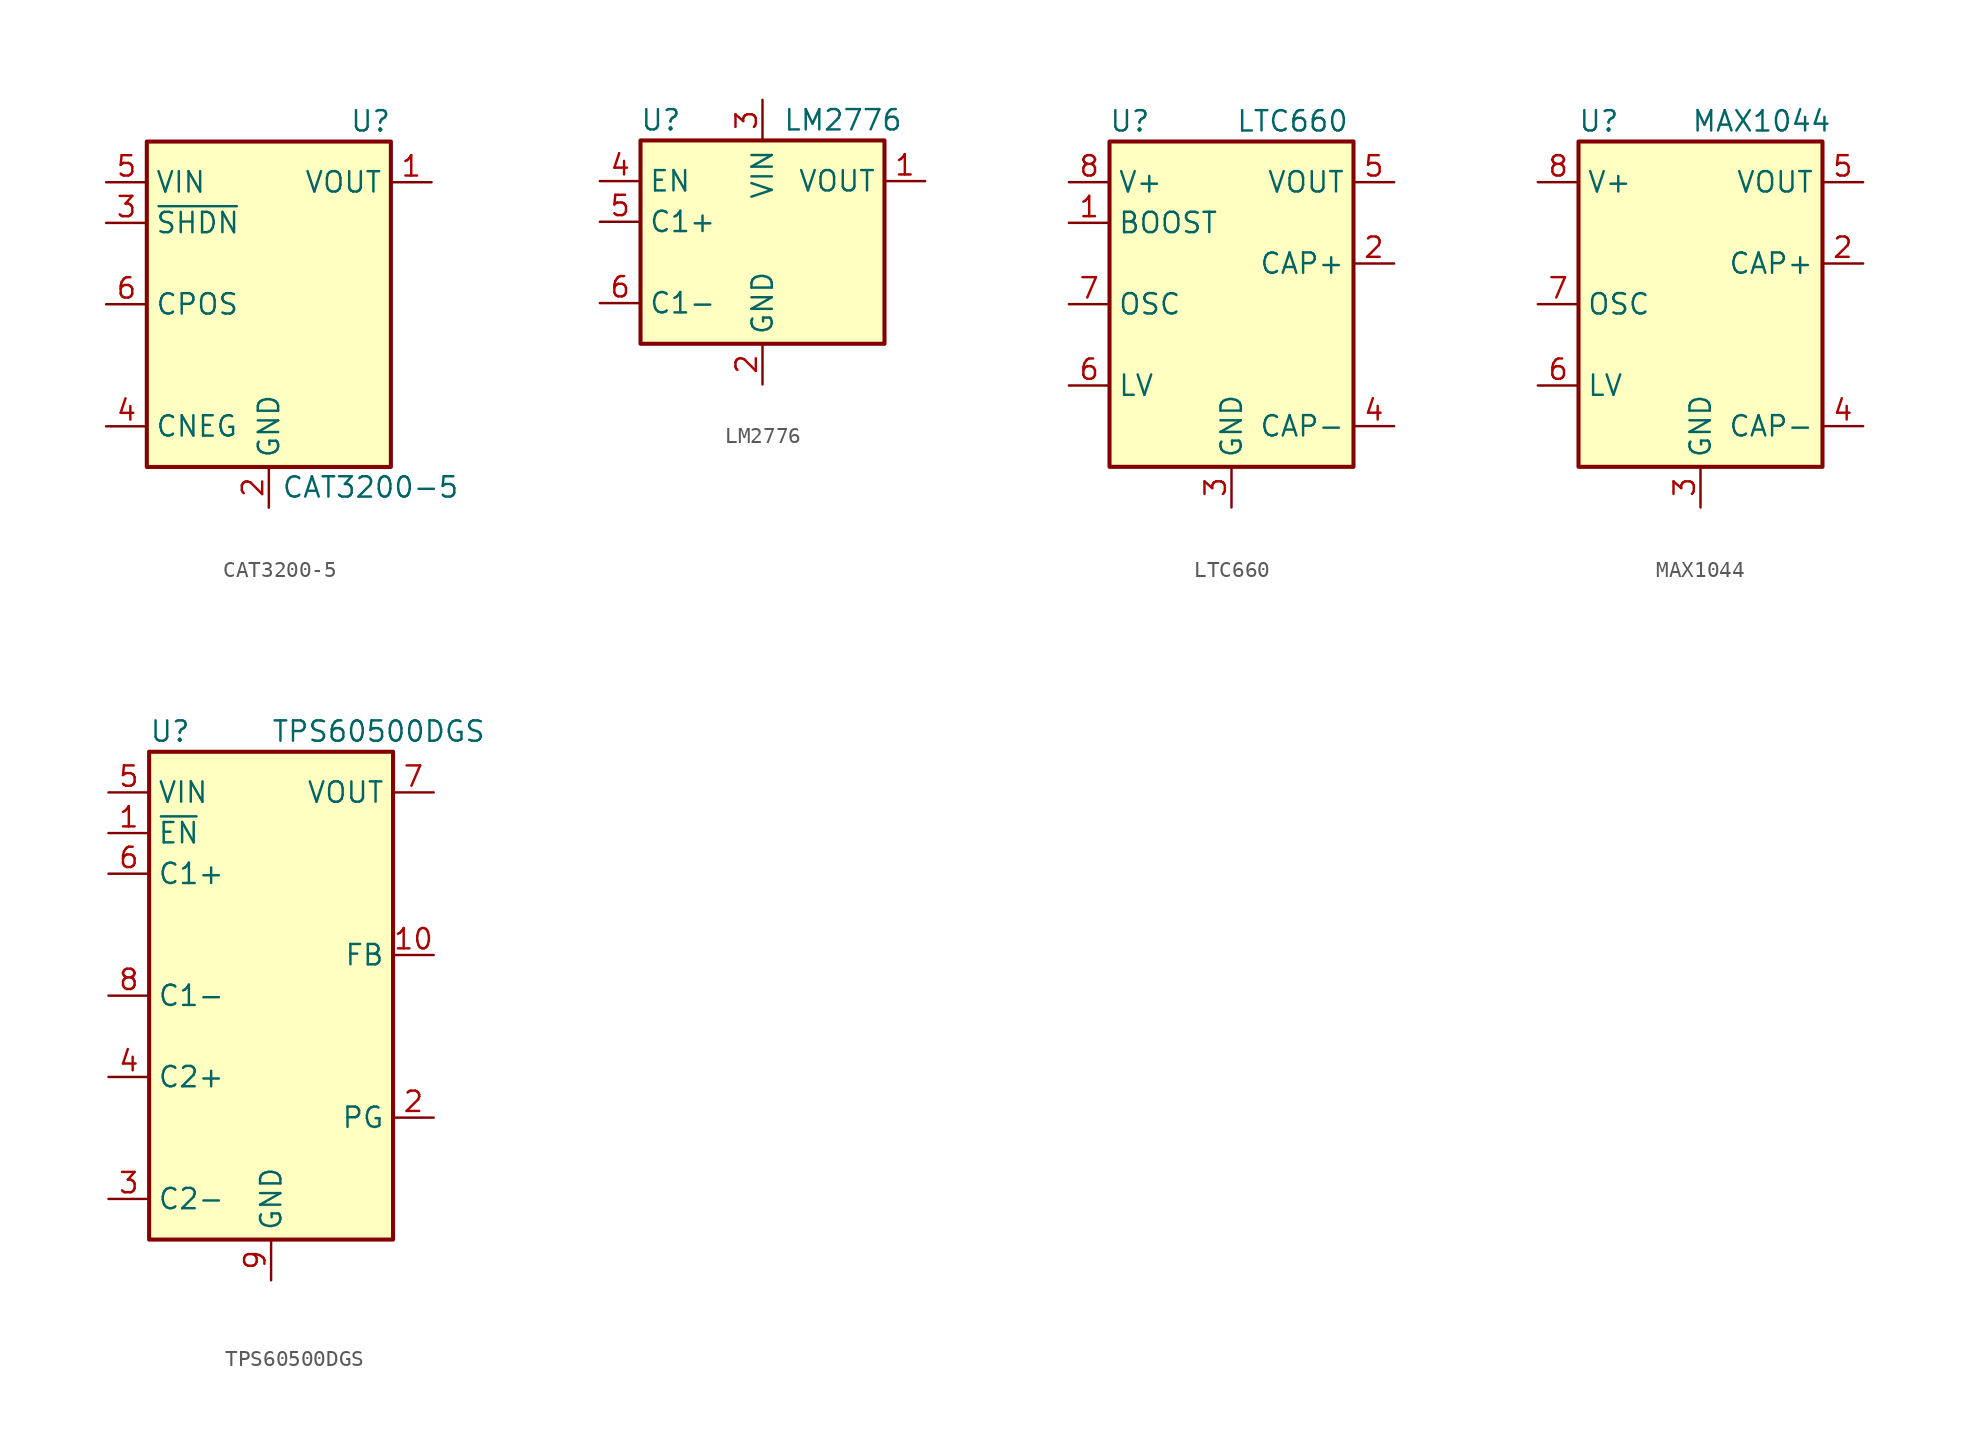
<source format=kicad_sym>
(kicad_symbol_lib
  (version 20220914)
  (generator kicad_symbol_editor)
  (symbol "CAT3200-5"
    (property "Reference" "U"
      (at 6.35 11.43 0)
      (effects (font (size 1.27 1.27))))
    (property "Value" "CAT3200-5"
      (at 6.35 -11.43 0)
      (effects (font (size 1.27 1.27))))
    (symbol "CAT3200-5_0_1"
      (rectangle (start -7.62 10.16) (end 7.62 -10.16) (stroke (width 0.254) (type default)) (fill (type background))))
    (symbol "CAT3200-5_1_1"
      (pin power_out line (at 10.16 7.62 180) (length 2.54) (name "VOUT" (effects (font (size 1.27 1.27)))) (number "1" (effects (font (size 1.27 1.27)))))
      (pin power_in line (at 0 -12.7 90) (length 2.54) (name "GND" (effects (font (size 1.27 1.27)))) (number "2" (effects (font (size 1.27 1.27)))))
      (pin input line (at -10.16 5.08 0) (length 2.54) (name "~{SHDN}" (effects (font (size 1.27 1.27)))) (number "3" (effects (font (size 1.27 1.27)))))
      (pin passive line (at -10.16 -7.62 0) (length 2.54) (name "CNEG" (effects (font (size 1.27 1.27)))) (number "4" (effects (font (size 1.27 1.27)))))
      (pin power_in line (at -10.16 7.62 0) (length 2.54) (name "VIN" (effects (font (size 1.27 1.27)))) (number "5" (effects (font (size 1.27 1.27)))))
      (pin passive line (at -10.16 0 0) (length 2.54) (name "CPOS" (effects (font (size 1.27 1.27)))) (number "6" (effects (font (size 1.27 1.27)))))))
  (symbol "LM2776"
    (property "Reference" "U"
      (at -6.35 6.35 0)
      (effects (font (size 1.27 1.27))))
    (property "Value" "LM2776"
      (at 1.27 6.35 0)
      (effects (font (size 1.27 1.27)) (justify left)))
    (symbol "LM2776_0_1"
      (rectangle (start -7.62 5.08) (end 7.62 -7.62) (stroke (width 0.254) (type default)) (fill (type background))))
    (symbol "LM2776_1_1"
      (pin power_out line (at 10.16 2.54 180) (length 2.54) (name "VOUT" (effects (font (size 1.27 1.27)))) (number "1" (effects (font (size 1.27 1.27)))))
      (pin power_in line (at 0 -10.16 90) (length 2.54) (name "GND" (effects (font (size 1.27 1.27)))) (number "2" (effects (font (size 1.27 1.27)))))
      (pin power_in line (at 0 7.62 270) (length 2.54) (name "VIN" (effects (font (size 1.27 1.27)))) (number "3" (effects (font (size 1.27 1.27)))))
      (pin input line (at -10.16 2.54 0) (length 2.54) (name "EN" (effects (font (size 1.27 1.27)))) (number "4" (effects (font (size 1.27 1.27)))))
      (pin passive line (at -10.16 0 0) (length 2.54) (name "C1+" (effects (font (size 1.27 1.27)))) (number "5" (effects (font (size 1.27 1.27)))))
      (pin passive line (at -10.16 -5.08 0) (length 2.54) (name "C1-" (effects (font (size 1.27 1.27)))) (number "6" (effects (font (size 1.27 1.27)))))))
  (symbol "LTC660"
    (property "Reference" "U"
      (at -6.35 11.43 0)
      (effects (font (size 1.27 1.27))))
    (property "Value" "LTC660"
      (at 3.81 11.43 0)
      (effects (font (size 1.27 1.27))))
    (symbol "LTC660_0_1"
      (rectangle (start -7.62 10.16) (end 7.62 -10.16) (stroke (width 0.254) (type default)) (fill (type background))))
    (symbol "LTC660_1_1"
      (pin input line (at -10.16 5.08 0) (length 2.54) (name "BOOST" (effects (font (size 1.27 1.27)))) (number "1" (effects (font (size 1.27 1.27)))))
      (pin input line (at 10.16 2.54 180) (length 2.54) (name "CAP+" (effects (font (size 1.27 1.27)))) (number "2" (effects (font (size 1.27 1.27)))))
      (pin power_in line (at 0 -12.7 90) (length 2.54) (name "GND" (effects (font (size 1.27 1.27)))) (number "3" (effects (font (size 1.27 1.27)))))
      (pin input line (at 10.16 -7.62 180) (length 2.54) (name "CAP-" (effects (font (size 1.27 1.27)))) (number "4" (effects (font (size 1.27 1.27)))))
      (pin power_out line (at 10.16 7.62 180) (length 2.54) (name "VOUT" (effects (font (size 1.27 1.27)))) (number "5" (effects (font (size 1.27 1.27)))))
      (pin input line (at -10.16 -5.08 0) (length 2.54) (name "LV" (effects (font (size 1.27 1.27)))) (number "6" (effects (font (size 1.27 1.27)))))
      (pin input line (at -10.16 0 0) (length 2.54) (name "OSC" (effects (font (size 1.27 1.27)))) (number "7" (effects (font (size 1.27 1.27)))))
      (pin power_in line (at -10.16 7.62 0) (length 2.54) (name "V+" (effects (font (size 1.27 1.27)))) (number "8" (effects (font (size 1.27 1.27)))))))
  (symbol "MAX1044"
    (property "Reference" "U"
      (at -6.35 11.43 0)
      (effects (font (size 1.27 1.27))))
    (property "Value" "MAX1044"
      (at 3.81 11.43 0)
      (effects (font (size 1.27 1.27))))
    (symbol "MAX1044_0_1"
      (rectangle (start -7.62 10.16) (end 7.62 -10.16) (stroke (width 0.254) (type default)) (fill (type background))))
    (symbol "MAX1044_1_1"
      (pin no_connect line (at -7.62 5.08 0) (length 2.54) hide (name "NC" (effects (font (size 1.27 1.27)))) (number "1" (effects (font (size 1.27 1.27)))))
      (pin input line (at 10.16 2.54 180) (length 2.54) (name "CAP+" (effects (font (size 1.27 1.27)))) (number "2" (effects (font (size 1.27 1.27)))))
      (pin power_in line (at 0 -12.7 90) (length 2.54) (name "GND" (effects (font (size 1.27 1.27)))) (number "3" (effects (font (size 1.27 1.27)))))
      (pin input line (at 10.16 -7.62 180) (length 2.54) (name "CAP-" (effects (font (size 1.27 1.27)))) (number "4" (effects (font (size 1.27 1.27)))))
      (pin power_out line (at 10.16 7.62 180) (length 2.54) (name "VOUT" (effects (font (size 1.27 1.27)))) (number "5" (effects (font (size 1.27 1.27)))))
      (pin input line (at -10.16 -5.08 0) (length 2.54) (name "LV" (effects (font (size 1.27 1.27)))) (number "6" (effects (font (size 1.27 1.27)))))
      (pin input line (at -10.16 0 0) (length 2.54) (name "OSC" (effects (font (size 1.27 1.27)))) (number "7" (effects (font (size 1.27 1.27)))))
      (pin power_in line (at -10.16 7.62 0) (length 2.54) (name "V+" (effects (font (size 1.27 1.27)))) (number "8" (effects (font (size 1.27 1.27)))))))
  (symbol "TPS60500DGS"
    (property "Reference" "U"
      (at -7.62 16.51 0)
      (effects (font (size 1.27 1.27)) (justify left)))
    (property "Value" "TPS60500DGS"
      (at 0 16.51 0)
      (effects (font (size 1.27 1.27)) (justify left)))
    (symbol "TPS60500DGS_0_1"
      (rectangle (start -7.62 15.24) (end 7.62 -15.24) (stroke (width 0.254) (type default)) (fill (type background))))
    (symbol "TPS60500DGS_1_1"
      (pin input line (at -10.16 10.16 0) (length 2.54) (name "~{EN}" (effects (font (size 1.27 1.27)))) (number "1" (effects (font (size 1.27 1.27)))))
      (pin input line (at 10.16 2.54 180) (length 2.54) (name "FB" (effects (font (size 1.27 1.27)))) (number "10" (effects (font (size 1.27 1.27)))))
      (pin open_collector line (at 10.16 -7.62 180) (length 2.54) (name "PG" (effects (font (size 1.27 1.27)))) (number "2" (effects (font (size 1.27 1.27)))))
      (pin passive line (at -10.16 -12.7 0) (length 2.54) (name "C2-" (effects (font (size 1.27 1.27)))) (number "3" (effects (font (size 1.27 1.27)))))
      (pin passive line (at -10.16 -5.08 0) (length 2.54) (name "C2+" (effects (font (size 1.27 1.27)))) (number "4" (effects (font (size 1.27 1.27)))))
      (pin power_in line (at -10.16 12.7 0) (length 2.54) (name "VIN" (effects (font (size 1.27 1.27)))) (number "5" (effects (font (size 1.27 1.27)))))
      (pin passive line (at -10.16 7.62 0) (length 2.54) (name "C1+" (effects (font (size 1.27 1.27)))) (number "6" (effects (font (size 1.27 1.27)))))
      (pin power_out line (at 10.16 12.7 180) (length 2.54) (name "VOUT" (effects (font (size 1.27 1.27)))) (number "7" (effects (font (size 1.27 1.27)))))
      (pin passive line (at -10.16 0 0) (length 2.54) (name "C1-" (effects (font (size 1.27 1.27)))) (number "8" (effects (font (size 1.27 1.27)))))
      (pin power_in line (at 0 -17.78 90) (length 2.54) (name "GND" (effects (font (size 1.27 1.27)))) (number "9" (effects (font (size 1.27 1.27))))))))
</source>
